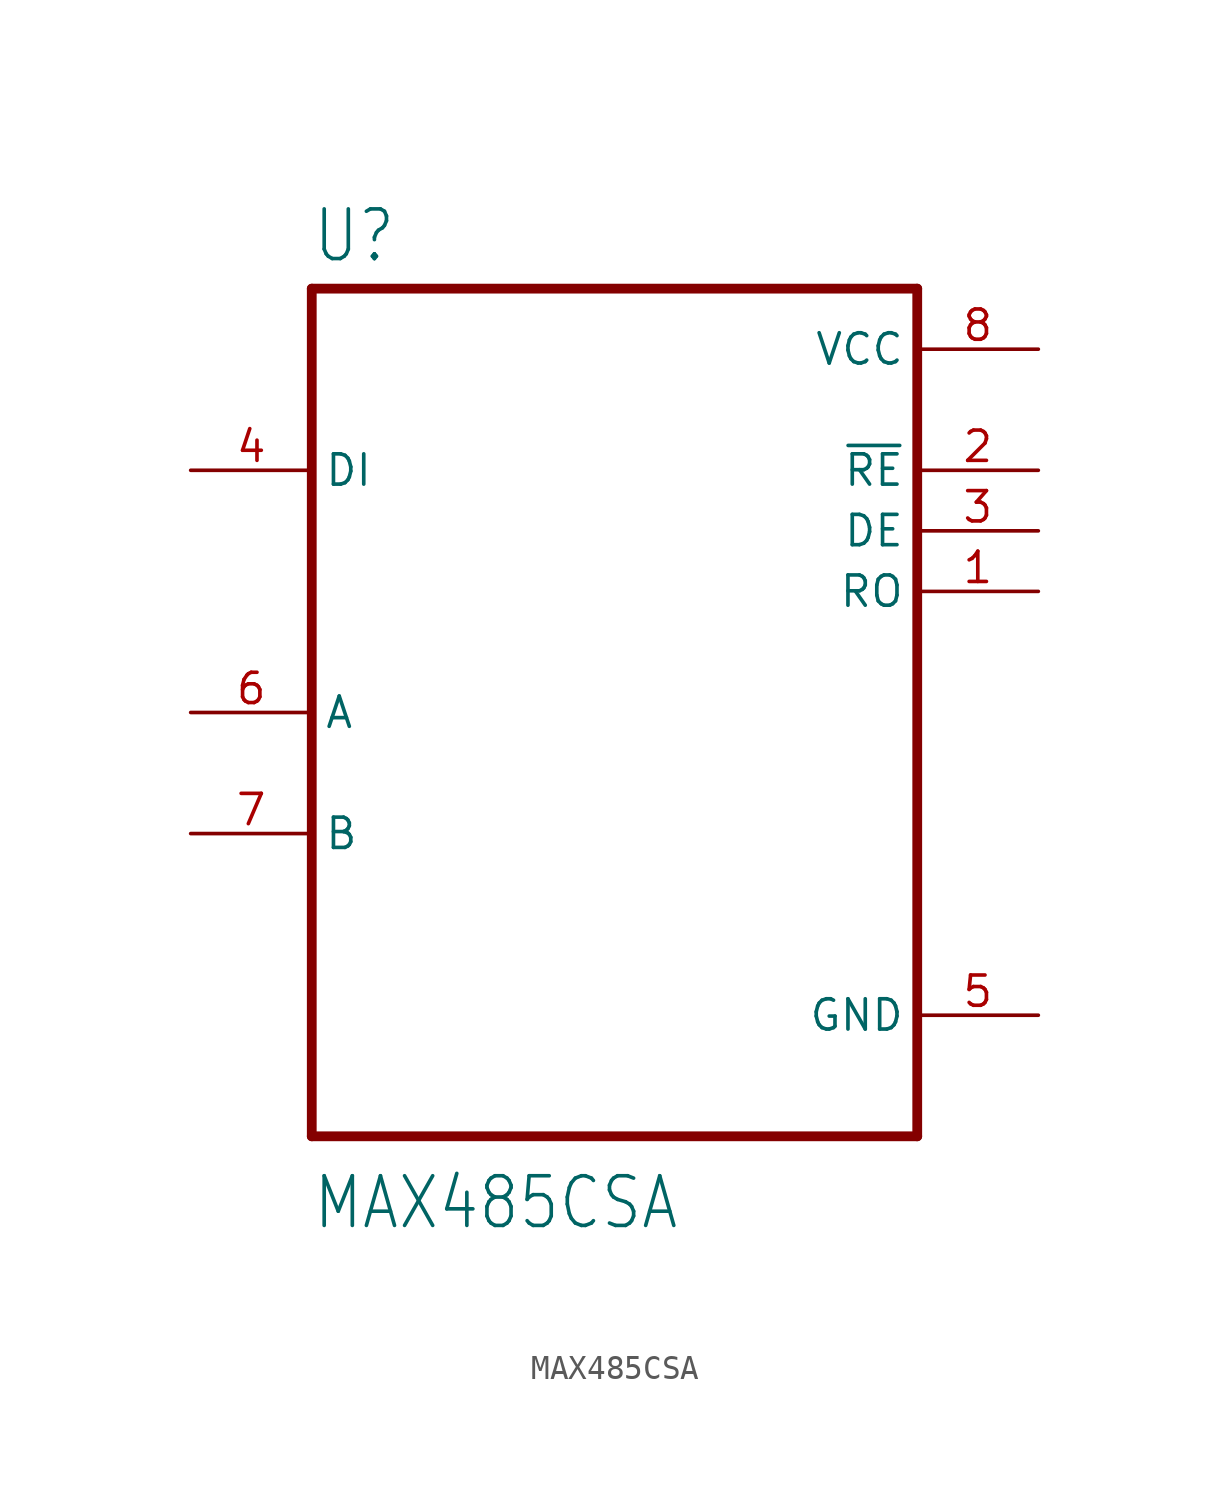
<source format=kicad_sym>
(kicad_symbol_lib
  (version 20211014)
  (generator kicad_symbol_editor)
  (symbol "MAX485CSA"
    (property "Reference" "U"
      (at -12.7 18.78 0)
      (effects (font (size 2.083 1.77)) (justify left bottom)))
    (property "Value" "MAX485CSA"
      (at -12.7 -21.78 0)
      (effects (font (size 2.083 1.77)) (justify left bottom)))
    (property "ki_locked" ""
      (at 0 0 0)
      (effects (font (size 1.27 1.27))))
    (symbol "MAX485CSA_1_0"
      (polyline (pts (xy -12.7 -17.78) (xy -12.7 17.78)) (stroke (width 0.41) (type default) (color 0 0 0 0)) (fill (type none)))
      (polyline (pts (xy -12.7 17.78) (xy 12.7 17.78)) (stroke (width 0.41) (type default) (color 0 0 0 0)) (fill (type none)))
      (polyline (pts (xy 12.7 -17.78) (xy -12.7 -17.78)) (stroke (width 0.41) (type default) (color 0 0 0 0)) (fill (type none)))
      (polyline (pts (xy 12.7 17.78) (xy 12.7 -17.78)) (stroke (width 0.41) (type default) (color 0 0 0 0)) (fill (type none)))
      (pin output line (at 17.78 5.08 180) (length 5.08) (name "RO" (effects (font (size 1.27 1.27)))) (number "1" (effects (font (size 1.27 1.27)))))
      (pin output line (at 17.78 10.16 180) (length 5.08) (name "~{RE}" (effects (font (size 1.27 1.27)))) (number "2" (effects (font (size 1.27 1.27)))))
      (pin output line (at 17.78 7.62 180) (length 5.08) (name "DE" (effects (font (size 1.27 1.27)))) (number "3" (effects (font (size 1.27 1.27)))))
      (pin input line (at -17.78 10.16 0) (length 5.08) (name "DI" (effects (font (size 1.27 1.27)))) (number "4" (effects (font (size 1.27 1.27)))))
      (pin power_in line (at 17.78 -12.7 180) (length 5.08) (name "GND" (effects (font (size 1.27 1.27)))) (number "5" (effects (font (size 1.27 1.27)))))
      (pin bidirectional line (at -17.78 0 0) (length 5.08) (name "A" (effects (font (size 1.27 1.27)))) (number "6" (effects (font (size 1.27 1.27)))))
      (pin bidirectional line (at -17.78 -5.08 0) (length 5.08) (name "B" (effects (font (size 1.27 1.27)))) (number "7" (effects (font (size 1.27 1.27)))))
      (pin power_in line (at 17.78 15.24 180) (length 5.08) (name "VCC" (effects (font (size 1.27 1.27)))) (number "8" (effects (font (size 1.27 1.27))))))))
</source>
